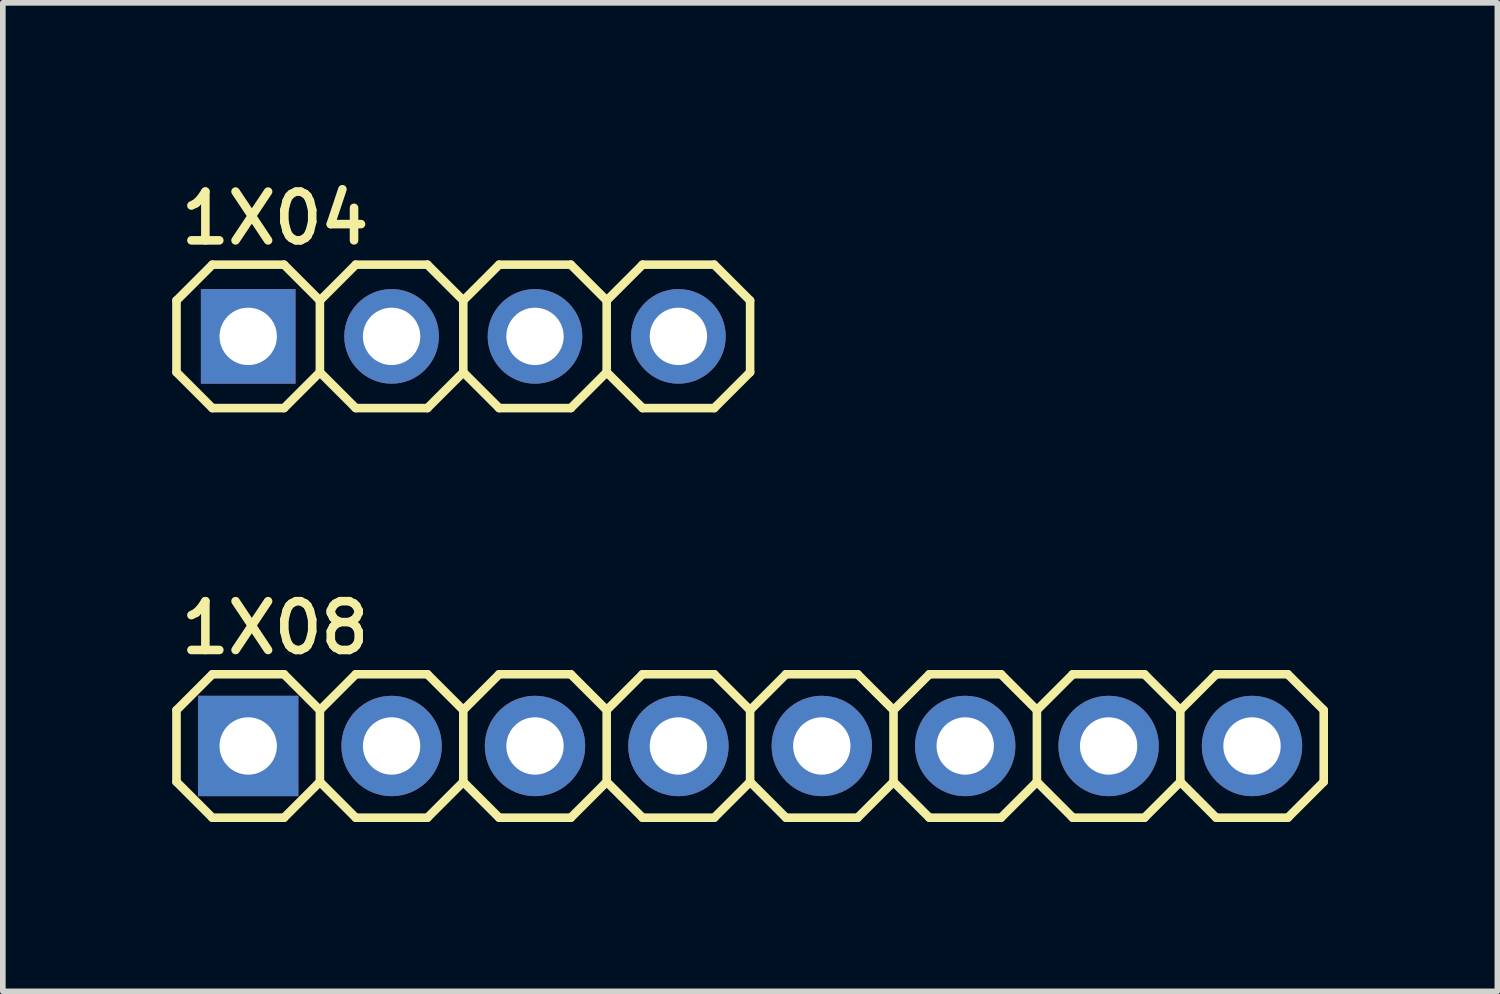
<source format=kicad_pcb>
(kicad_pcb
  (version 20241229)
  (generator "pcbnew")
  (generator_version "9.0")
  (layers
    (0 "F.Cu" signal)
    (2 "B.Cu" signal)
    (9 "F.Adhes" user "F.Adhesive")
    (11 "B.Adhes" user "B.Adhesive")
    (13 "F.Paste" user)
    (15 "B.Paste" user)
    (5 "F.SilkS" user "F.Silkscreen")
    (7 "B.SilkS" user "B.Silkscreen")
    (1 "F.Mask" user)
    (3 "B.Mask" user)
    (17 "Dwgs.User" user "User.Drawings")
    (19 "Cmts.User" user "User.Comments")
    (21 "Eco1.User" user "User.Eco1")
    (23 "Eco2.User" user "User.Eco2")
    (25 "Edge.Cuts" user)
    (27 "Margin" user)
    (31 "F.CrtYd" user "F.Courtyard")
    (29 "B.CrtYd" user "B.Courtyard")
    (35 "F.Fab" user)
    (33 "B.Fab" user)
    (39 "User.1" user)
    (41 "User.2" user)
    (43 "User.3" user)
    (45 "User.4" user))
  (footprint "1X08"
    (layer "F.Cu")
    (at 10.236 10.163)
    (property "Reference" "1X08" (at -10.16 -1.587 0) (unlocked yes) (layer "F.SilkS") (effects (font (size 0.864 0.864) (thickness 0.152)) (justify left bottom)))
    (fp_line (start -10.16 -0.635) (end -10.16 0.635) (stroke (width 0.152) (type solid)) (layer "F.SilkS"))
    (fp_line (start -10.16 0.635) (end -9.525 1.27) (stroke (width 0.152) (type solid)) (layer "F.SilkS"))
    (fp_line (start -9.525 -1.27) (end -10.16 -0.635) (stroke (width 0.152) (type solid)) (layer "F.SilkS"))
    (fp_line (start -9.525 -1.27) (end -8.255 -1.27) (stroke (width 0.152) (type solid)) (layer "F.SilkS"))
    (fp_line (start -8.255 -1.27) (end -7.62 -0.635) (stroke (width 0.152) (type solid)) (layer "F.SilkS"))
    (fp_line (start -8.255 1.27) (end -9.525 1.27) (stroke (width 0.152) (type solid)) (layer "F.SilkS"))
    (fp_line (start -7.62 -0.635) (end -7.62 0.635) (stroke (width 0.152) (type solid)) (layer "F.SilkS"))
    (fp_line (start -7.62 -0.635) (end -6.985 -1.27) (stroke (width 0.152) (type solid)) (layer "F.SilkS"))
    (fp_line (start -7.62 0.635) (end -8.255 1.27) (stroke (width 0.152) (type solid)) (layer "F.SilkS"))
    (fp_line (start -6.985 -1.27) (end -5.715 -1.27) (stroke (width 0.152) (type solid)) (layer "F.SilkS"))
    (fp_line (start -6.985 1.27) (end -7.62 0.635) (stroke (width 0.152) (type solid)) (layer "F.SilkS"))
    (fp_line (start -5.715 -1.27) (end -5.08 -0.635) (stroke (width 0.152) (type solid)) (layer "F.SilkS"))
    (fp_line (start -5.715 1.27) (end -6.985 1.27) (stroke (width 0.152) (type solid)) (layer "F.SilkS"))
    (fp_line (start -5.08 -0.635) (end -5.08 0.635) (stroke (width 0.152) (type solid)) (layer "F.SilkS"))
    (fp_line (start -5.08 -0.635) (end -4.445 -1.27) (stroke (width 0.152) (type solid)) (layer "F.SilkS"))
    (fp_line (start -5.08 0.635) (end -5.715 1.27) (stroke (width 0.152) (type solid)) (layer "F.SilkS"))
    (fp_line (start -4.445 -1.27) (end -3.175 -1.27) (stroke (width 0.152) (type solid)) (layer "F.SilkS"))
    (fp_line (start -4.445 1.27) (end -5.08 0.635) (stroke (width 0.152) (type solid)) (layer "F.SilkS"))
    (fp_line (start -3.175 -1.27) (end -2.54 -0.635) (stroke (width 0.152) (type solid)) (layer "F.SilkS"))
    (fp_line (start -3.175 1.27) (end -4.445 1.27) (stroke (width 0.152) (type solid)) (layer "F.SilkS"))
    (fp_line (start -2.54 -0.635) (end -2.54 0.635) (stroke (width 0.152) (type solid)) (layer "F.SilkS"))
    (fp_line (start -2.54 0.635) (end -3.175 1.27) (stroke (width 0.152) (type solid)) (layer "F.SilkS"))
    (fp_line (start -2.54 0.635) (end -1.905 1.27) (stroke (width 0.152) (type solid)) (layer "F.SilkS"))
    (fp_line (start -1.905 -1.27) (end -2.54 -0.635) (stroke (width 0.152) (type solid)) (layer "F.SilkS"))
    (fp_line (start -1.905 -1.27) (end -0.635 -1.27) (stroke (width 0.152) (type solid)) (layer "F.SilkS"))
    (fp_line (start -0.635 -1.27) (end 0 -0.635) (stroke (width 0.152) (type solid)) (layer "F.SilkS"))
    (fp_line (start -0.635 1.27) (end -1.905 1.27) (stroke (width 0.152) (type solid)) (layer "F.SilkS"))
    (fp_line (start 0 -0.635) (end 0 0.635) (stroke (width 0.152) (type solid)) (layer "F.SilkS"))
    (fp_line (start 0 -0.635) (end 0.635 -1.27) (stroke (width 0.152) (type solid)) (layer "F.SilkS"))
    (fp_line (start 0 0.635) (end -0.635 1.27) (stroke (width 0.152) (type solid)) (layer "F.SilkS"))
    (fp_line (start 0.635 -1.27) (end 1.905 -1.27) (stroke (width 0.152) (type solid)) (layer "F.SilkS"))
    (fp_line (start 0.635 1.27) (end 0 0.635) (stroke (width 0.152) (type solid)) (layer "F.SilkS"))
    (fp_line (start 1.905 -1.27) (end 2.54 -0.635) (stroke (width 0.152) (type solid)) (layer "F.SilkS"))
    (fp_line (start 1.905 1.27) (end 0.635 1.27) (stroke (width 0.152) (type solid)) (layer "F.SilkS"))
    (fp_line (start 2.54 -0.635) (end 2.54 0.635) (stroke (width 0.152) (type solid)) (layer "F.SilkS"))
    (fp_line (start 2.54 -0.635) (end 3.175 -1.27) (stroke (width 0.152) (type solid)) (layer "F.SilkS"))
    (fp_line (start 2.54 0.635) (end 1.905 1.27) (stroke (width 0.152) (type solid)) (layer "F.SilkS"))
    (fp_line (start 3.175 -1.27) (end 4.445 -1.27) (stroke (width 0.152) (type solid)) (layer "F.SilkS"))
    (fp_line (start 3.175 1.27) (end 2.54 0.635) (stroke (width 0.152) (type solid)) (layer "F.SilkS"))
    (fp_line (start 4.445 -1.27) (end 5.08 -0.635) (stroke (width 0.152) (type solid)) (layer "F.SilkS"))
    (fp_line (start 4.445 1.27) (end 3.175 1.27) (stroke (width 0.152) (type solid)) (layer "F.SilkS"))
    (fp_line (start 5.08 -0.635) (end 5.08 0.635) (stroke (width 0.152) (type solid)) (layer "F.SilkS"))
    (fp_line (start 5.08 0.635) (end 4.445 1.27) (stroke (width 0.152) (type solid)) (layer "F.SilkS"))
    (fp_line (start 5.08 0.635) (end 5.715 1.27) (stroke (width 0.152) (type solid)) (layer "F.SilkS"))
    (fp_line (start 5.715 -1.27) (end 5.08 -0.635) (stroke (width 0.152) (type solid)) (layer "F.SilkS"))
    (fp_line (start 5.715 -1.27) (end 6.985 -1.27) (stroke (width 0.152) (type solid)) (layer "F.SilkS"))
    (fp_line (start 6.985 -1.27) (end 7.62 -0.635) (stroke (width 0.152) (type solid)) (layer "F.SilkS"))
    (fp_line (start 6.985 1.27) (end 5.715 1.27) (stroke (width 0.152) (type solid)) (layer "F.SilkS"))
    (fp_line (start 7.62 -0.635) (end 7.62 0.635) (stroke (width 0.152) (type solid)) (layer "F.SilkS"))
    (fp_line (start 7.62 0.635) (end 6.985 1.27) (stroke (width 0.152) (type solid)) (layer "F.SilkS"))
    (fp_line (start 7.62 0.635) (end 8.255 1.27) (stroke (width 0.152) (type solid)) (layer "F.SilkS"))
    (fp_line (start 8.255 -1.27) (end 7.62 -0.635) (stroke (width 0.152) (type solid)) (layer "F.SilkS"))
    (fp_line (start 8.255 -1.27) (end 9.525 -1.27) (stroke (width 0.152) (type solid)) (layer "F.SilkS"))
    (fp_line (start 9.525 -1.27) (end 10.16 -0.635) (stroke (width 0.152) (type solid)) (layer "F.SilkS"))
    (fp_line (start 9.525 1.27) (end 8.255 1.27) (stroke (width 0.152) (type solid)) (layer "F.SilkS"))
    (fp_line (start 10.16 -0.635) (end 10.16 0.635) (stroke (width 0.152) (type solid)) (layer "F.SilkS"))
    (fp_line (start 10.16 0.635) (end 9.525 1.27) (stroke (width 0.152) (type solid)) (layer "F.SilkS"))
    (fp_poly (pts (xy -9.144 0.254) (xy -8.636 0.254) (xy -8.636 -0.254) (xy -9.144 -0.254)) (stroke (width 0.1) (type default)) (fill no) (layer "F.Fab"))
    (fp_poly (pts (xy -6.604 0.254) (xy -6.096 0.254) (xy -6.096 -0.254) (xy -6.604 -0.254)) (stroke (width 0.1) (type default)) (fill no) (layer "F.Fab"))
    (fp_poly (pts (xy -4.064 0.254) (xy -3.556 0.254) (xy -3.556 -0.254) (xy -4.064 -0.254)) (stroke (width 0.1) (type default)) (fill no) (layer "F.Fab"))
    (fp_poly (pts (xy -1.524 0.254) (xy -1.016 0.254) (xy -1.016 -0.254) (xy -1.524 -0.254)) (stroke (width 0.1) (type default)) (fill no) (layer "F.Fab"))
    (fp_poly (pts (xy 1.016 0.254) (xy 1.524 0.254) (xy 1.524 -0.254) (xy 1.016 -0.254)) (stroke (width 0.1) (type default)) (fill no) (layer "F.Fab"))
    (fp_poly (pts (xy 3.556 0.254) (xy 4.064 0.254) (xy 4.064 -0.254) (xy 3.556 -0.254)) (stroke (width 0.1) (type default)) (fill no) (layer "F.Fab"))
    (fp_poly (pts (xy 6.096 0.254) (xy 6.604 0.254) (xy 6.604 -0.254) (xy 6.096 -0.254)) (stroke (width 0.1) (type default)) (fill no) (layer "F.Fab"))
    (fp_poly (pts (xy 8.636 0.254) (xy 9.144 0.254) (xy 9.144 -0.254) (xy 8.636 -0.254)) (stroke (width 0.1) (type default)) (fill no) (layer "F.Fab"))
    (pad "1" thru_hole rect (at -8.89 0) (size 1.778 1.778) (drill 1.016) (layers "*.Cu" "*.Mask"))
    (pad "2" thru_hole circle (at -6.35 0) (size 1.778 1.778) (drill 1.016) (layers "*.Cu" "*.Mask"))
    (pad "3" thru_hole circle (at -3.81 0) (size 1.778 1.778) (drill 1.016) (layers "*.Cu" "*.Mask"))
    (pad "4" thru_hole circle (at -1.27 0) (size 1.778 1.778) (drill 1.016) (layers "*.Cu" "*.Mask"))
    (pad "5" thru_hole circle (at 1.27 0) (size 1.778 1.778) (drill 1.016) (layers "*.Cu" "*.Mask"))
    (pad "6" thru_hole circle (at 3.81 0) (size 1.778 1.778) (drill 1.016) (layers "*.Cu" "*.Mask"))
    (pad "7" thru_hole circle (at 6.35 0) (size 1.778 1.778) (drill 1.016) (layers "*.Cu" "*.Mask"))
    (pad "8" thru_hole circle (at 8.89 0) (size 1.778 1.778) (drill 1.016) (layers "*.Cu" "*.Mask")))
  (footprint "1X04"
    (layer "F.Cu")
    (at 5.156 2.908)
    (property "Reference" "1X04" (at -5.08 -1.587 0) (unlocked yes) (layer "F.SilkS") (effects (font (size 0.864 0.864) (thickness 0.152)) (justify left bottom)))
    (fp_line (start -5.08 -0.635) (end -5.08 0.635) (stroke (width 0.152) (type solid)) (layer "F.SilkS"))
    (fp_line (start -5.08 0.635) (end -4.445 1.27) (stroke (width 0.152) (type solid)) (layer "F.SilkS"))
    (fp_line (start -4.445 -1.27) (end -5.08 -0.635) (stroke (width 0.152) (type solid)) (layer "F.SilkS"))
    (fp_line (start -4.445 -1.27) (end -3.175 -1.27) (stroke (width 0.152) (type solid)) (layer "F.SilkS"))
    (fp_line (start -3.175 -1.27) (end -2.54 -0.635) (stroke (width 0.152) (type solid)) (layer "F.SilkS"))
    (fp_line (start -3.175 1.27) (end -4.445 1.27) (stroke (width 0.152) (type solid)) (layer "F.SilkS"))
    (fp_line (start -2.54 -0.635) (end -2.54 0.635) (stroke (width 0.152) (type solid)) (layer "F.SilkS"))
    (fp_line (start -2.54 -0.635) (end -1.905 -1.27) (stroke (width 0.152) (type solid)) (layer "F.SilkS"))
    (fp_line (start -2.54 0.635) (end -3.175 1.27) (stroke (width 0.152) (type solid)) (layer "F.SilkS"))
    (fp_line (start -1.905 -1.27) (end -0.635 -1.27) (stroke (width 0.152) (type solid)) (layer "F.SilkS"))
    (fp_line (start -1.905 1.27) (end -2.54 0.635) (stroke (width 0.152) (type solid)) (layer "F.SilkS"))
    (fp_line (start -0.635 -1.27) (end 0 -0.635) (stroke (width 0.152) (type solid)) (layer "F.SilkS"))
    (fp_line (start -0.635 1.27) (end -1.905 1.27) (stroke (width 0.152) (type solid)) (layer "F.SilkS"))
    (fp_line (start 0 -0.635) (end 0 0.635) (stroke (width 0.152) (type solid)) (layer "F.SilkS"))
    (fp_line (start 0 -0.635) (end 0.635 -1.27) (stroke (width 0.152) (type solid)) (layer "F.SilkS"))
    (fp_line (start 0 0.635) (end -0.635 1.27) (stroke (width 0.152) (type solid)) (layer "F.SilkS"))
    (fp_line (start 0.635 -1.27) (end 1.905 -1.27) (stroke (width 0.152) (type solid)) (layer "F.SilkS"))
    (fp_line (start 0.635 1.27) (end 0 0.635) (stroke (width 0.152) (type solid)) (layer "F.SilkS"))
    (fp_line (start 1.905 -1.27) (end 2.54 -0.635) (stroke (width 0.152) (type solid)) (layer "F.SilkS"))
    (fp_line (start 1.905 1.27) (end 0.635 1.27) (stroke (width 0.152) (type solid)) (layer "F.SilkS"))
    (fp_line (start 2.54 -0.635) (end 2.54 0.635) (stroke (width 0.152) (type solid)) (layer "F.SilkS"))
    (fp_line (start 2.54 0.635) (end 1.905 1.27) (stroke (width 0.152) (type solid)) (layer "F.SilkS"))
    (fp_line (start 2.54 0.635) (end 3.175 1.27) (stroke (width 0.152) (type solid)) (layer "F.SilkS"))
    (fp_line (start 3.175 -1.27) (end 2.54 -0.635) (stroke (width 0.152) (type solid)) (layer "F.SilkS"))
    (fp_line (start 3.175 -1.27) (end 4.445 -1.27) (stroke (width 0.152) (type solid)) (layer "F.SilkS"))
    (fp_line (start 4.445 -1.27) (end 5.08 -0.635) (stroke (width 0.152) (type solid)) (layer "F.SilkS"))
    (fp_line (start 4.445 1.27) (end 3.175 1.27) (stroke (width 0.152) (type solid)) (layer "F.SilkS"))
    (fp_line (start 5.08 -0.635) (end 5.08 0.635) (stroke (width 0.152) (type solid)) (layer "F.SilkS"))
    (fp_line (start 5.08 0.635) (end 4.445 1.27) (stroke (width 0.152) (type solid)) (layer "F.SilkS"))
    (fp_poly (pts (xy -4.064 0.254) (xy -3.556 0.254) (xy -3.556 -0.254) (xy -4.064 -0.254)) (stroke (width 0.1) (type default)) (fill no) (layer "F.Fab"))
    (fp_poly (pts (xy -1.524 0.254) (xy -1.016 0.254) (xy -1.016 -0.254) (xy -1.524 -0.254)) (stroke (width 0.1) (type default)) (fill no) (layer "F.Fab"))
    (fp_poly (pts (xy 1.016 0.254) (xy 1.524 0.254) (xy 1.524 -0.254) (xy 1.016 -0.254)) (stroke (width 0.1) (type default)) (fill no) (layer "F.Fab"))
    (fp_poly (pts (xy 3.556 0.254) (xy 4.064 0.254) (xy 4.064 -0.254) (xy 3.556 -0.254)) (stroke (width 0.1) (type default)) (fill no) (layer "F.Fab"))
    (pad "1" thru_hole rect (at -3.81 0) (size 1.676 1.676) (drill 1.016) (layers "*.Cu" "*.Mask"))
    (pad "2" thru_hole circle (at -1.27 0) (size 1.676 1.676) (drill 1.016) (layers "*.Cu" "*.Mask"))
    (pad "3" thru_hole circle (at 1.27 0) (size 1.676 1.676) (drill 1.016) (layers "*.Cu" "*.Mask"))
    (pad "4" thru_hole circle (at 3.81 0) (size 1.676 1.676) (drill 1.016) (layers "*.Cu" "*.Mask")))
  (gr_rect
    (start -3 -3)
    (end 23.472 14.509)
    (stroke (width 0.1) (type default))
    (fill no)
    (layer "Edge.Cuts")))
</source>
